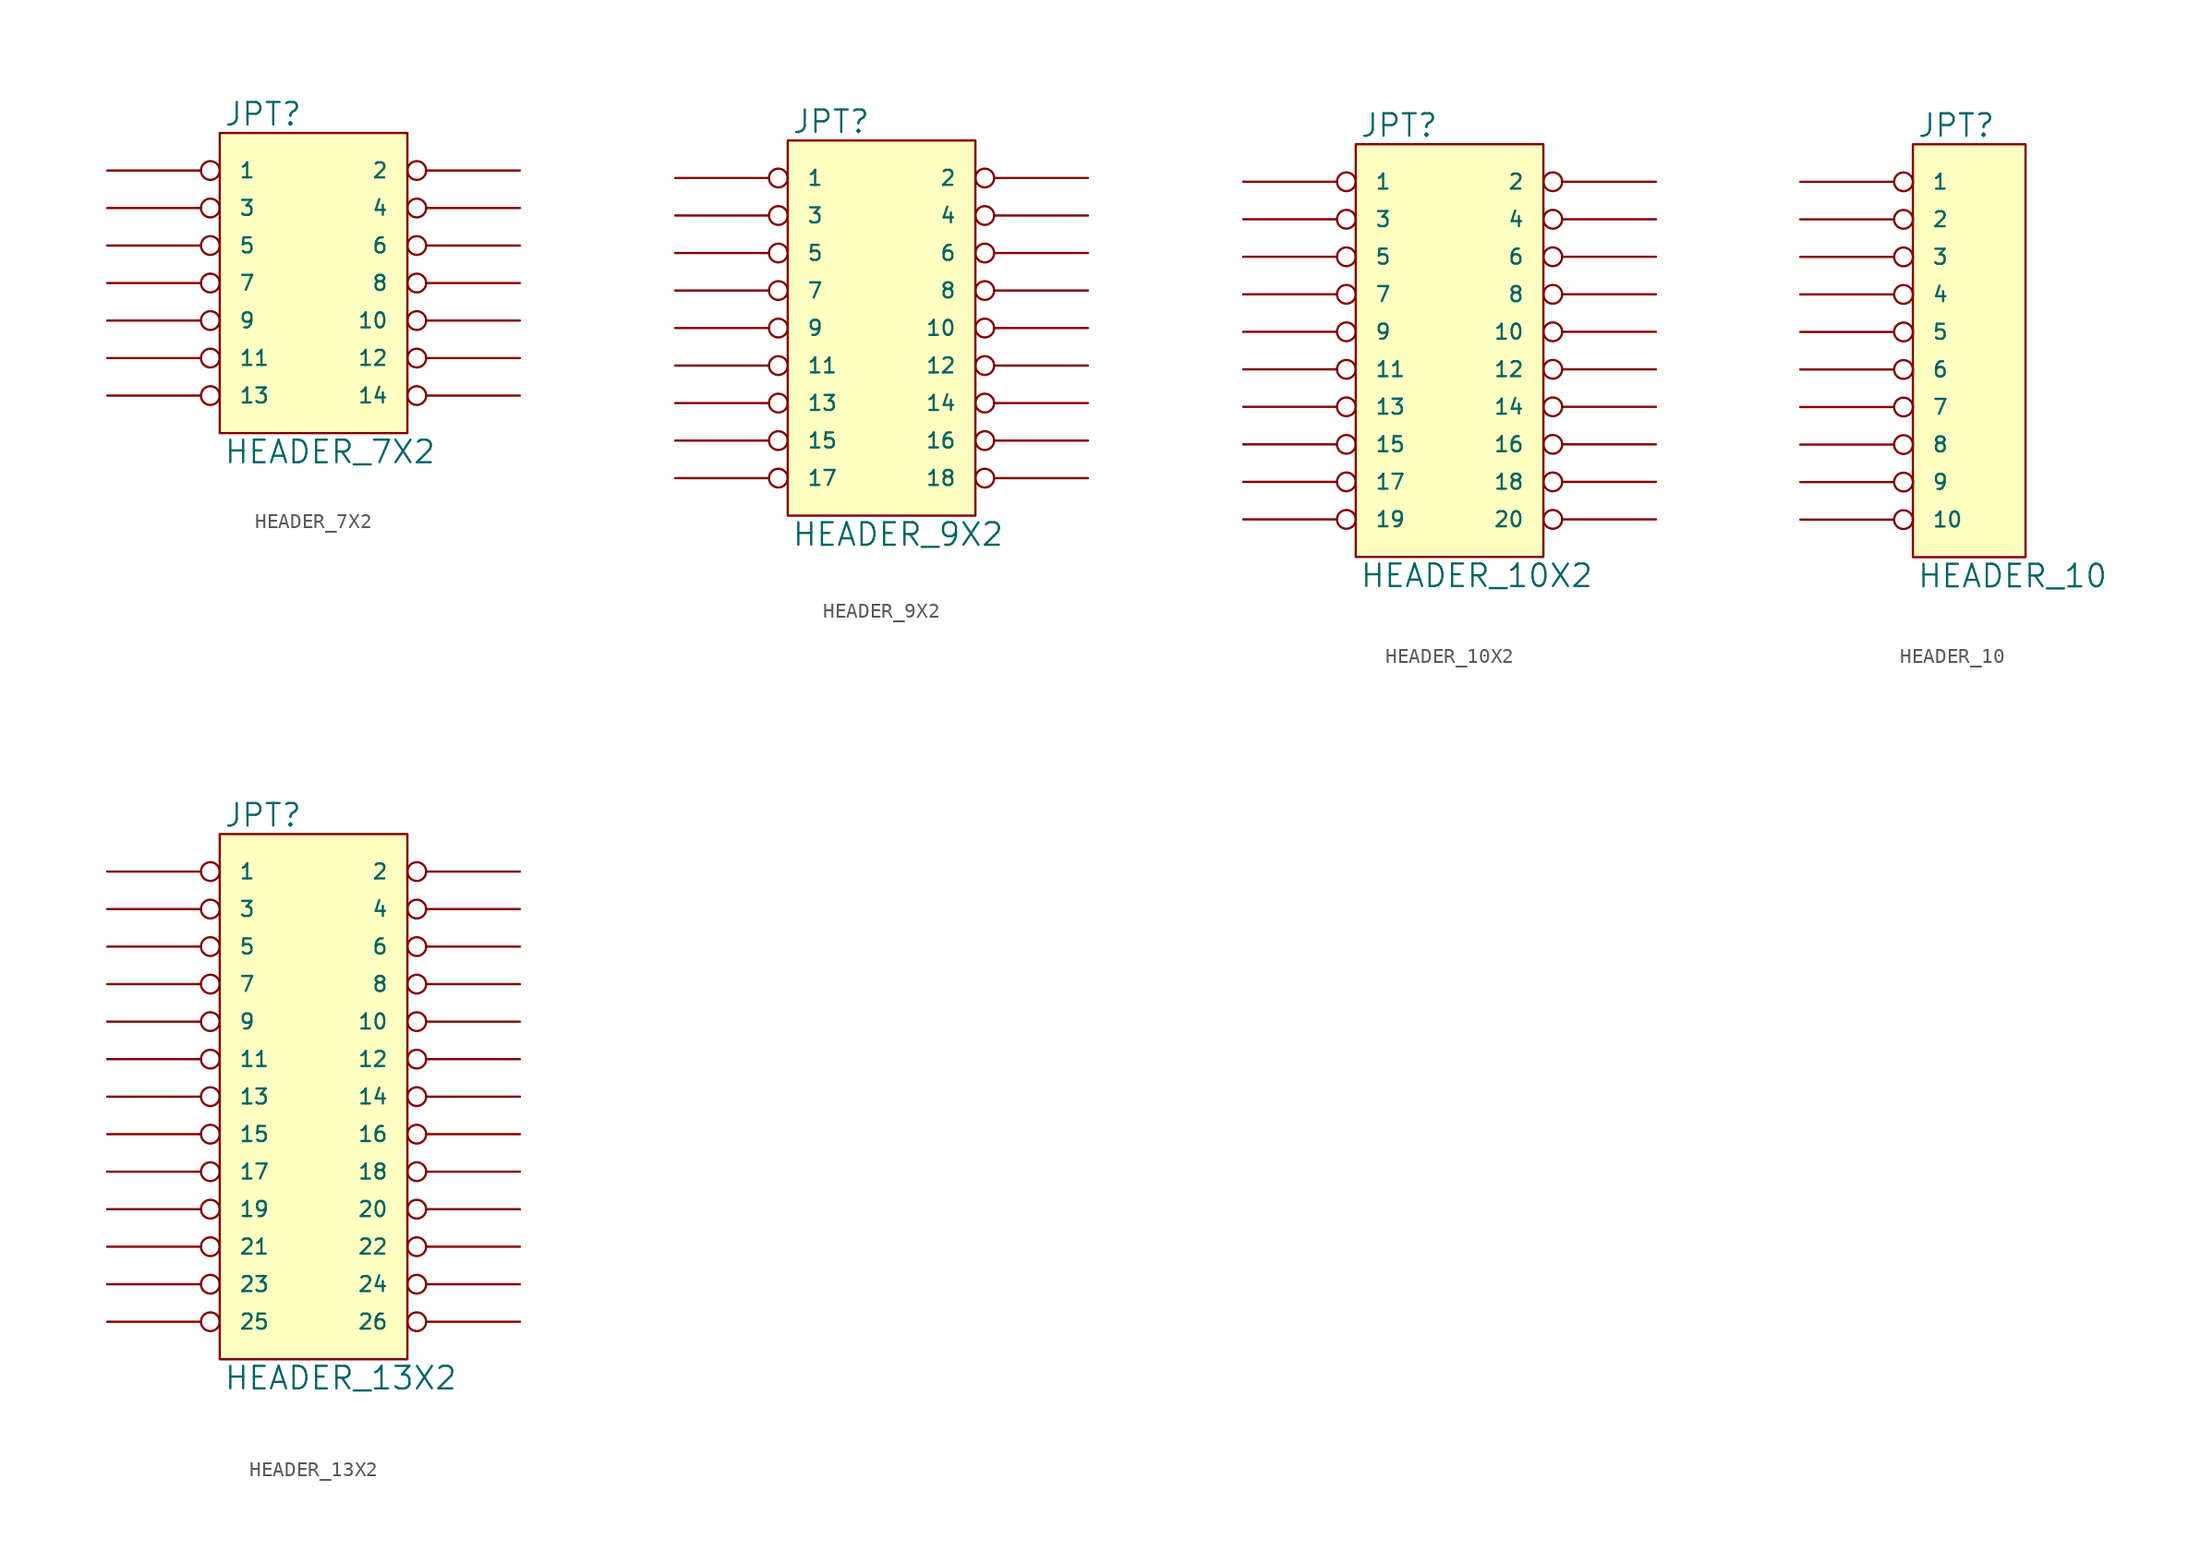
<source format=kicad_sym>
(kicad_symbol_lib
  (version 20231120)
  (generator "kicad_symbol_editor")
  (generator_version "8.0")
  (symbol "HEADER_7X2"
    (pin_names
      (offset 1.27))
    (property "Reference" "JPT"
      (at 0.254 0.381 0)
      (effects (font (size 1.524 1.524)) (justify left bottom)))
    (property "Value" "HEADER_7X2"
      (at 0.254 -20.701 0)
      (effects (font (size 1.524 1.524)) (justify left top)))
    (symbol "HEADER_7X2_0_1"
      (rectangle (start 0 0) (end 12.7 -20.32) (stroke (width 0) (type solid)) (fill (type background))))
    (symbol "HEADER_7X2_1_1"
      (pin passive inverted (at -7.62 -2.54 0) (length 7.62) (name "1" (effects (font (size 1.016 1.016)))) (number "~" (effects (font (size 1.27 1.27)))))
      (pin passive inverted (at 20.32 -12.7 180) (length 7.62) (name "10" (effects (font (size 1.016 1.016)))) (number "~" (effects (font (size 1.27 1.27)))))
      (pin passive inverted (at -7.62 -15.24 0) (length 7.62) (name "11" (effects (font (size 1.016 1.016)))) (number "~" (effects (font (size 1.27 1.27)))))
      (pin passive inverted (at 20.32 -15.24 180) (length 7.62) (name "12" (effects (font (size 1.016 1.016)))) (number "~" (effects (font (size 1.27 1.27)))))
      (pin passive inverted (at -7.62 -17.78 0) (length 7.62) (name "13" (effects (font (size 1.016 1.016)))) (number "~" (effects (font (size 1.27 1.27)))))
      (pin passive inverted (at 20.32 -17.78 180) (length 7.62) (name "14" (effects (font (size 1.016 1.016)))) (number "~" (effects (font (size 1.27 1.27)))))
      (pin passive inverted (at 20.32 -2.54 180) (length 7.62) (name "2" (effects (font (size 1.016 1.016)))) (number "~" (effects (font (size 1.27 1.27)))))
      (pin passive inverted (at -7.62 -5.08 0) (length 7.62) (name "3" (effects (font (size 1.016 1.016)))) (number "~" (effects (font (size 1.27 1.27)))))
      (pin passive inverted (at 20.32 -5.08 180) (length 7.62) (name "4" (effects (font (size 1.016 1.016)))) (number "~" (effects (font (size 1.27 1.27)))))
      (pin passive inverted (at -7.62 -7.62 0) (length 7.62) (name "5" (effects (font (size 1.016 1.016)))) (number "~" (effects (font (size 1.27 1.27)))))
      (pin passive inverted (at 20.32 -7.62 180) (length 7.62) (name "6" (effects (font (size 1.016 1.016)))) (number "~" (effects (font (size 1.27 1.27)))))
      (pin passive inverted (at -7.62 -10.16 0) (length 7.62) (name "7" (effects (font (size 1.016 1.016)))) (number "~" (effects (font (size 1.27 1.27)))))
      (pin passive inverted (at 20.32 -10.16 180) (length 7.62) (name "8" (effects (font (size 1.016 1.016)))) (number "~" (effects (font (size 1.27 1.27)))))
      (pin passive inverted (at -7.62 -12.7 0) (length 7.62) (name "9" (effects (font (size 1.016 1.016)))) (number "~" (effects (font (size 1.27 1.27)))))))
  (symbol "HEADER_9X2"
    (pin_names
      (offset 1.27))
    (property "Reference" "JPT"
      (at 0.254 0.381 0)
      (effects (font (size 1.524 1.524)) (justify left bottom)))
    (property "Value" "HEADER_9X2"
      (at 0.254 -25.781 0)
      (effects (font (size 1.524 1.524)) (justify left top)))
    (symbol "HEADER_9X2_0_1"
      (rectangle (start 0 0) (end 12.7 -25.4) (stroke (width 0) (type solid)) (fill (type background))))
    (symbol "HEADER_9X2_1_1"
      (pin passive inverted (at -7.62 -2.54 0) (length 7.62) (name "1" (effects (font (size 1.016 1.016)))) (number "~" (effects (font (size 1.27 1.27)))))
      (pin passive inverted (at 20.32 -12.7 180) (length 7.62) (name "10" (effects (font (size 1.016 1.016)))) (number "~" (effects (font (size 1.27 1.27)))))
      (pin passive inverted (at -7.62 -15.24 0) (length 7.62) (name "11" (effects (font (size 1.016 1.016)))) (number "~" (effects (font (size 1.27 1.27)))))
      (pin passive inverted (at 20.32 -15.24 180) (length 7.62) (name "12" (effects (font (size 1.016 1.016)))) (number "~" (effects (font (size 1.27 1.27)))))
      (pin passive inverted (at -7.62 -17.78 0) (length 7.62) (name "13" (effects (font (size 1.016 1.016)))) (number "~" (effects (font (size 1.27 1.27)))))
      (pin passive inverted (at 20.32 -17.78 180) (length 7.62) (name "14" (effects (font (size 1.016 1.016)))) (number "~" (effects (font (size 1.27 1.27)))))
      (pin passive inverted (at -7.62 -20.32 0) (length 7.62) (name "15" (effects (font (size 1.016 1.016)))) (number "~" (effects (font (size 1.27 1.27)))))
      (pin passive inverted (at 20.32 -20.32 180) (length 7.62) (name "16" (effects (font (size 1.016 1.016)))) (number "~" (effects (font (size 1.27 1.27)))))
      (pin passive inverted (at -7.62 -22.86 0) (length 7.62) (name "17" (effects (font (size 1.016 1.016)))) (number "~" (effects (font (size 1.27 1.27)))))
      (pin passive inverted (at 20.32 -22.86 180) (length 7.62) (name "18" (effects (font (size 1.016 1.016)))) (number "~" (effects (font (size 1.27 1.27)))))
      (pin passive inverted (at 20.32 -2.54 180) (length 7.62) (name "2" (effects (font (size 1.016 1.016)))) (number "~" (effects (font (size 1.27 1.27)))))
      (pin passive inverted (at -7.62 -5.08 0) (length 7.62) (name "3" (effects (font (size 1.016 1.016)))) (number "~" (effects (font (size 1.27 1.27)))))
      (pin passive inverted (at 20.32 -5.08 180) (length 7.62) (name "4" (effects (font (size 1.016 1.016)))) (number "~" (effects (font (size 1.27 1.27)))))
      (pin passive inverted (at -7.62 -7.62 0) (length 7.62) (name "5" (effects (font (size 1.016 1.016)))) (number "~" (effects (font (size 1.27 1.27)))))
      (pin passive inverted (at 20.32 -7.62 180) (length 7.62) (name "6" (effects (font (size 1.016 1.016)))) (number "~" (effects (font (size 1.27 1.27)))))
      (pin passive inverted (at -7.62 -10.16 0) (length 7.62) (name "7" (effects (font (size 1.016 1.016)))) (number "~" (effects (font (size 1.27 1.27)))))
      (pin passive inverted (at 20.32 -10.16 180) (length 7.62) (name "8" (effects (font (size 1.016 1.016)))) (number "~" (effects (font (size 1.27 1.27)))))
      (pin passive inverted (at -7.62 -12.7 0) (length 7.62) (name "9" (effects (font (size 1.016 1.016)))) (number "~" (effects (font (size 1.27 1.27)))))))
  (symbol "HEADER_10X2"
    (pin_names
      (offset 1.27))
    (property "Reference" "JPT"
      (at 0.254 0.381 0)
      (effects (font (size 1.524 1.524)) (justify left bottom)))
    (property "Value" "HEADER_10X2"
      (at 0.254 -28.321 0)
      (effects (font (size 1.524 1.524)) (justify left top)))
    (symbol "HEADER_10X2_0_1"
      (rectangle (start 0 0) (end 12.7 -27.94) (stroke (width 0) (type solid)) (fill (type background))))
    (symbol "HEADER_10X2_1_1"
      (pin passive inverted (at -7.62 -2.54 0) (length 7.62) (name "1" (effects (font (size 1.016 1.016)))) (number "~" (effects (font (size 1.27 1.27)))))
      (pin passive inverted (at 20.32 -12.7 180) (length 7.62) (name "10" (effects (font (size 1.016 1.016)))) (number "~" (effects (font (size 1.27 1.27)))))
      (pin passive inverted (at -7.62 -15.24 0) (length 7.62) (name "11" (effects (font (size 1.016 1.016)))) (number "~" (effects (font (size 1.27 1.27)))))
      (pin passive inverted (at 20.32 -15.24 180) (length 7.62) (name "12" (effects (font (size 1.016 1.016)))) (number "~" (effects (font (size 1.27 1.27)))))
      (pin passive inverted (at -7.62 -17.78 0) (length 7.62) (name "13" (effects (font (size 1.016 1.016)))) (number "~" (effects (font (size 1.27 1.27)))))
      (pin passive inverted (at 20.32 -17.78 180) (length 7.62) (name "14" (effects (font (size 1.016 1.016)))) (number "~" (effects (font (size 1.27 1.27)))))
      (pin passive inverted (at -7.62 -20.32 0) (length 7.62) (name "15" (effects (font (size 1.016 1.016)))) (number "~" (effects (font (size 1.27 1.27)))))
      (pin passive inverted (at 20.32 -20.32 180) (length 7.62) (name "16" (effects (font (size 1.016 1.016)))) (number "~" (effects (font (size 1.27 1.27)))))
      (pin passive inverted (at -7.62 -22.86 0) (length 7.62) (name "17" (effects (font (size 1.016 1.016)))) (number "~" (effects (font (size 1.27 1.27)))))
      (pin passive inverted (at 20.32 -22.86 180) (length 7.62) (name "18" (effects (font (size 1.016 1.016)))) (number "~" (effects (font (size 1.27 1.27)))))
      (pin passive inverted (at -7.62 -25.4 0) (length 7.62) (name "19" (effects (font (size 1.016 1.016)))) (number "~" (effects (font (size 1.27 1.27)))))
      (pin passive inverted (at 20.32 -2.54 180) (length 7.62) (name "2" (effects (font (size 1.016 1.016)))) (number "~" (effects (font (size 1.27 1.27)))))
      (pin passive inverted (at 20.32 -25.4 180) (length 7.62) (name "20" (effects (font (size 1.016 1.016)))) (number "~" (effects (font (size 1.27 1.27)))))
      (pin passive inverted (at -7.62 -5.08 0) (length 7.62) (name "3" (effects (font (size 1.016 1.016)))) (number "~" (effects (font (size 1.27 1.27)))))
      (pin passive inverted (at 20.32 -5.08 180) (length 7.62) (name "4" (effects (font (size 1.016 1.016)))) (number "~" (effects (font (size 1.27 1.27)))))
      (pin passive inverted (at -7.62 -7.62 0) (length 7.62) (name "5" (effects (font (size 1.016 1.016)))) (number "~" (effects (font (size 1.27 1.27)))))
      (pin passive inverted (at 20.32 -7.62 180) (length 7.62) (name "6" (effects (font (size 1.016 1.016)))) (number "~" (effects (font (size 1.27 1.27)))))
      (pin passive inverted (at -7.62 -10.16 0) (length 7.62) (name "7" (effects (font (size 1.016 1.016)))) (number "~" (effects (font (size 1.27 1.27)))))
      (pin passive inverted (at 20.32 -10.16 180) (length 7.62) (name "8" (effects (font (size 1.016 1.016)))) (number "~" (effects (font (size 1.27 1.27)))))
      (pin passive inverted (at -7.62 -12.7 0) (length 7.62) (name "9" (effects (font (size 1.016 1.016)))) (number "~" (effects (font (size 1.27 1.27)))))))
  (symbol "HEADER_10"
    (pin_names
      (offset 1.27))
    (property "Reference" "JPT"
      (at 0.254 0.381 0)
      (effects (font (size 1.524 1.524)) (justify left bottom)))
    (property "Value" "HEADER_10"
      (at 0.254 -28.321 0)
      (effects (font (size 1.524 1.524)) (justify left top)))
    (symbol "HEADER_10_0_1"
      (rectangle (start 0 0) (end 7.62 -27.94) (stroke (width 0) (type solid)) (fill (type background))))
    (symbol "HEADER_10_1_1"
      (pin passive inverted (at -7.62 -2.54 0) (length 7.62) (name "1" (effects (font (size 1.016 1.016)))) (number "~" (effects (font (size 1.27 1.27)))))
      (pin passive inverted (at -7.62 -25.4 0) (length 7.62) (name "10" (effects (font (size 1.016 1.016)))) (number "~" (effects (font (size 1.27 1.27)))))
      (pin passive inverted (at -7.62 -5.08 0) (length 7.62) (name "2" (effects (font (size 1.016 1.016)))) (number "~" (effects (font (size 1.27 1.27)))))
      (pin passive inverted (at -7.62 -7.62 0) (length 7.62) (name "3" (effects (font (size 1.016 1.016)))) (number "~" (effects (font (size 1.27 1.27)))))
      (pin passive inverted (at -7.62 -10.16 0) (length 7.62) (name "4" (effects (font (size 1.016 1.016)))) (number "~" (effects (font (size 1.27 1.27)))))
      (pin passive inverted (at -7.62 -12.7 0) (length 7.62) (name "5" (effects (font (size 1.016 1.016)))) (number "~" (effects (font (size 1.27 1.27)))))
      (pin passive inverted (at -7.62 -15.24 0) (length 7.62) (name "6" (effects (font (size 1.016 1.016)))) (number "~" (effects (font (size 1.27 1.27)))))
      (pin passive inverted (at -7.62 -17.78 0) (length 7.62) (name "7" (effects (font (size 1.016 1.016)))) (number "~" (effects (font (size 1.27 1.27)))))
      (pin passive inverted (at -7.62 -20.32 0) (length 7.62) (name "8" (effects (font (size 1.016 1.016)))) (number "~" (effects (font (size 1.27 1.27)))))
      (pin passive inverted (at -7.62 -22.86 0) (length 7.62) (name "9" (effects (font (size 1.016 1.016)))) (number "~" (effects (font (size 1.27 1.27)))))))
  (symbol "HEADER_13X2"
    (pin_names
      (offset 1.27))
    (property "Reference" "JPT"
      (at 0.254 0.381 0)
      (effects (font (size 1.524 1.524)) (justify left bottom)))
    (property "Value" "HEADER_13X2"
      (at 0.254 -35.941 0)
      (effects (font (size 1.524 1.524)) (justify left top)))
    (symbol "HEADER_13X2_0_1"
      (rectangle (start 0 0) (end 12.7 -35.56) (stroke (width 0) (type solid)) (fill (type background))))
    (symbol "HEADER_13X2_1_1"
      (pin passive inverted (at -7.62 -2.54 0) (length 7.62) (name "1" (effects (font (size 1.016 1.016)))) (number "~" (effects (font (size 1.27 1.27)))))
      (pin passive inverted (at 20.32 -12.7 180) (length 7.62) (name "10" (effects (font (size 1.016 1.016)))) (number "~" (effects (font (size 1.27 1.27)))))
      (pin passive inverted (at -7.62 -15.24 0) (length 7.62) (name "11" (effects (font (size 1.016 1.016)))) (number "~" (effects (font (size 1.27 1.27)))))
      (pin passive inverted (at 20.32 -15.24 180) (length 7.62) (name "12" (effects (font (size 1.016 1.016)))) (number "~" (effects (font (size 1.27 1.27)))))
      (pin passive inverted (at -7.62 -17.78 0) (length 7.62) (name "13" (effects (font (size 1.016 1.016)))) (number "~" (effects (font (size 1.27 1.27)))))
      (pin passive inverted (at 20.32 -17.78 180) (length 7.62) (name "14" (effects (font (size 1.016 1.016)))) (number "~" (effects (font (size 1.27 1.27)))))
      (pin passive inverted (at -7.62 -20.32 0) (length 7.62) (name "15" (effects (font (size 1.016 1.016)))) (number "~" (effects (font (size 1.27 1.27)))))
      (pin passive inverted (at 20.32 -20.32 180) (length 7.62) (name "16" (effects (font (size 1.016 1.016)))) (number "~" (effects (font (size 1.27 1.27)))))
      (pin passive inverted (at -7.62 -22.86 0) (length 7.62) (name "17" (effects (font (size 1.016 1.016)))) (number "~" (effects (font (size 1.27 1.27)))))
      (pin passive inverted (at 20.32 -22.86 180) (length 7.62) (name "18" (effects (font (size 1.016 1.016)))) (number "~" (effects (font (size 1.27 1.27)))))
      (pin passive inverted (at -7.62 -25.4 0) (length 7.62) (name "19" (effects (font (size 1.016 1.016)))) (number "~" (effects (font (size 1.27 1.27)))))
      (pin passive inverted (at 20.32 -2.54 180) (length 7.62) (name "2" (effects (font (size 1.016 1.016)))) (number "~" (effects (font (size 1.27 1.27)))))
      (pin passive inverted (at 20.32 -25.4 180) (length 7.62) (name "20" (effects (font (size 1.016 1.016)))) (number "~" (effects (font (size 1.27 1.27)))))
      (pin passive inverted (at -7.62 -27.94 0) (length 7.62) (name "21" (effects (font (size 1.016 1.016)))) (number "~" (effects (font (size 1.27 1.27)))))
      (pin passive inverted (at 20.32 -27.94 180) (length 7.62) (name "22" (effects (font (size 1.016 1.016)))) (number "~" (effects (font (size 1.27 1.27)))))
      (pin passive inverted (at -7.62 -30.48 0) (length 7.62) (name "23" (effects (font (size 1.016 1.016)))) (number "~" (effects (font (size 1.27 1.27)))))
      (pin passive inverted (at 20.32 -30.48 180) (length 7.62) (name "24" (effects (font (size 1.016 1.016)))) (number "~" (effects (font (size 1.27 1.27)))))
      (pin passive inverted (at -7.62 -33.02 0) (length 7.62) (name "25" (effects (font (size 1.016 1.016)))) (number "~" (effects (font (size 1.27 1.27)))))
      (pin passive inverted (at 20.32 -33.02 180) (length 7.62) (name "26" (effects (font (size 1.016 1.016)))) (number "~" (effects (font (size 1.27 1.27)))))
      (pin passive inverted (at -7.62 -5.08 0) (length 7.62) (name "3" (effects (font (size 1.016 1.016)))) (number "~" (effects (font (size 1.27 1.27)))))
      (pin passive inverted (at 20.32 -5.08 180) (length 7.62) (name "4" (effects (font (size 1.016 1.016)))) (number "~" (effects (font (size 1.27 1.27)))))
      (pin passive inverted (at -7.62 -7.62 0) (length 7.62) (name "5" (effects (font (size 1.016 1.016)))) (number "~" (effects (font (size 1.27 1.27)))))
      (pin passive inverted (at 20.32 -7.62 180) (length 7.62) (name "6" (effects (font (size 1.016 1.016)))) (number "~" (effects (font (size 1.27 1.27)))))
      (pin passive inverted (at -7.62 -10.16 0) (length 7.62) (name "7" (effects (font (size 1.016 1.016)))) (number "~" (effects (font (size 1.27 1.27)))))
      (pin passive inverted (at 20.32 -10.16 180) (length 7.62) (name "8" (effects (font (size 1.016 1.016)))) (number "~" (effects (font (size 1.27 1.27)))))
      (pin passive inverted (at -7.62 -12.7 0) (length 7.62) (name "9" (effects (font (size 1.016 1.016)))) (number "~" (effects (font (size 1.27 1.27))))))))
</source>
